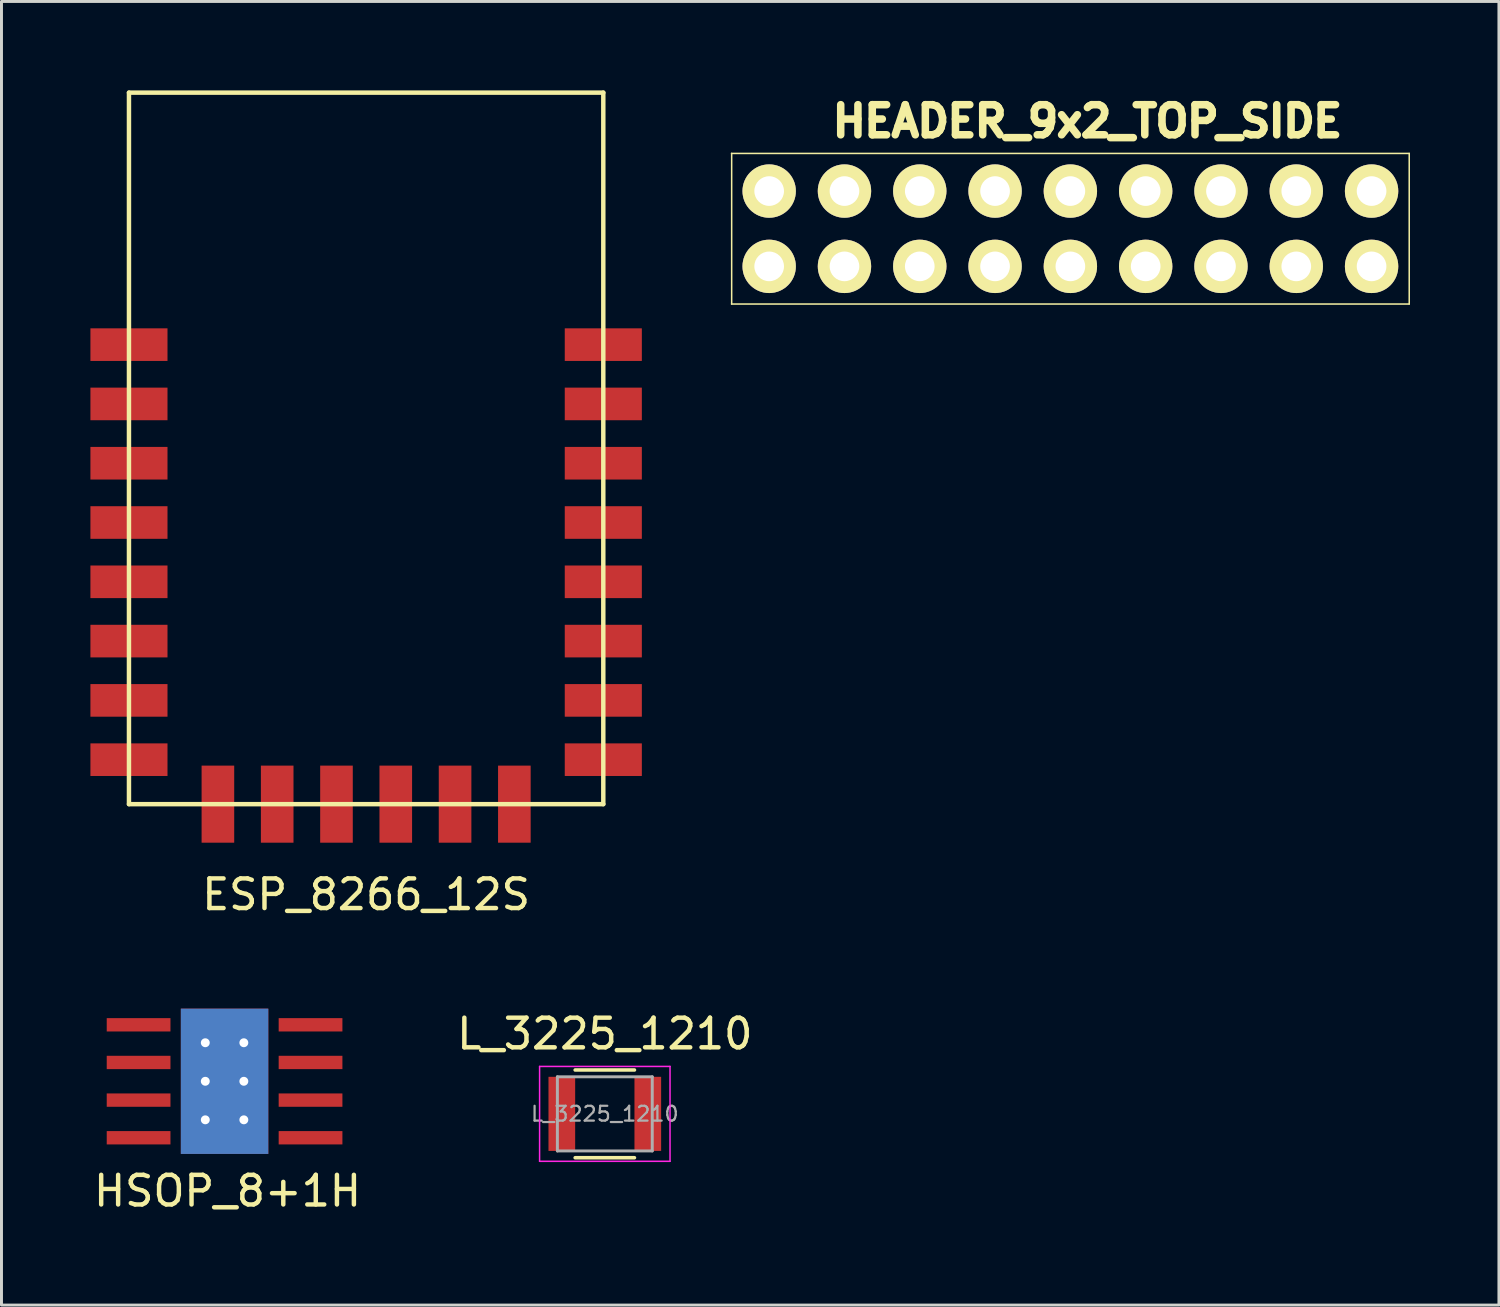
<source format=kicad_pcb>
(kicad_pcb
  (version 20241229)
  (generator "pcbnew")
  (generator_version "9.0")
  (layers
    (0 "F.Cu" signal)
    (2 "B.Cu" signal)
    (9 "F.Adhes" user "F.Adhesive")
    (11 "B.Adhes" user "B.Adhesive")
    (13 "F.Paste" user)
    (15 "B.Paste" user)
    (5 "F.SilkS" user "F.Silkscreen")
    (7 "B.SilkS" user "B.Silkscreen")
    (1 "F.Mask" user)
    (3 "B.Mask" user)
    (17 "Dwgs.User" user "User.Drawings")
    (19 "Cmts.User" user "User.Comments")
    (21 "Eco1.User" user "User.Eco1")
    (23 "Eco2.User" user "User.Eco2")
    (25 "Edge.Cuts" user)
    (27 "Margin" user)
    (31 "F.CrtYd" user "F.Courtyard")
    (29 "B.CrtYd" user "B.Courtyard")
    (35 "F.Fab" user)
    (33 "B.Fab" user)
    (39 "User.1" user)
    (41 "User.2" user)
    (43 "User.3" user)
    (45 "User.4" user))
  (footprint "ESP_8266_12S"
    (layer "F.Cu")
    (at 9.3 12.075)
    (property "Reference" "ESP_8266_12S" (at 0 15.05 0) (layer "F.SilkS") (effects (font (size 1 1) (thickness 0.15))))
    (attr through_hole)
    (fp_line (start -8 -12) (end -8 12) (stroke (width 0.15) (type solid)) (layer "F.SilkS"))
    (fp_line (start -8 -12) (end 8 -12) (stroke (width 0.15) (type solid)) (layer "F.SilkS"))
    (fp_line (start -8 12) (end 8 12) (stroke (width 0.15) (type solid)) (layer "F.SilkS"))
    (fp_line (start 8 -12) (end 8 12) (stroke (width 0.15) (type solid)) (layer "F.SilkS"))
    (pad "1" smd rect (at -8 -3.5) (size 2.6 1.1) (layers "F.Cu" "F.Mask" "F.Paste"))
    (pad "2" smd rect (at -8 -1.5) (size 2.6 1.1) (layers "F.Cu" "F.Mask" "F.Paste"))
    (pad "3" smd rect (at -8 0.5) (size 2.6 1.1) (layers "F.Cu" "F.Mask" "F.Paste"))
    (pad "4" smd rect (at -8 2.5) (size 2.6 1.1) (layers "F.Cu" "F.Mask" "F.Paste"))
    (pad "5" smd rect (at -8 4.5) (size 2.6 1.1) (layers "F.Cu" "F.Mask" "F.Paste"))
    (pad "6" smd rect (at -8 6.5) (size 2.6 1.1) (layers "F.Cu" "F.Mask" "F.Paste"))
    (pad "7" smd rect (at -8 8.5) (size 2.6 1.1) (layers "F.Cu" "F.Mask" "F.Paste"))
    (pad "8" smd rect (at -8 10.5) (size 2.6 1.1) (layers "F.Cu" "F.Mask" "F.Paste"))
    (pad "9" smd rect (at -5 12) (size 1.1 2.6) (layers "F.Cu" "F.Mask" "F.Paste"))
    (pad "10" smd rect (at -3 12) (size 1.1 2.6) (layers "F.Cu" "F.Mask" "F.Paste"))
    (pad "11" smd rect (at -1 12) (size 1.1 2.6) (layers "F.Cu" "F.Mask" "F.Paste"))
    (pad "12" smd rect (at 1 12) (size 1.1 2.6) (layers "F.Cu" "F.Mask" "F.Paste"))
    (pad "13" smd rect (at 3 12) (size 1.1 2.6) (layers "F.Cu" "F.Mask" "F.Paste"))
    (pad "14" smd rect (at 5 12) (size 1.1 2.6) (layers "F.Cu" "F.Mask" "F.Paste"))
    (pad "15" smd rect (at 8 10.5) (size 2.6 1.1) (layers "F.Cu" "F.Mask" "F.Paste"))
    (pad "16" smd rect (at 8 8.5) (size 2.6 1.1) (layers "F.Cu" "F.Mask" "F.Paste"))
    (pad "17" smd rect (at 8 6.5) (size 2.6 1.1) (layers "F.Cu" "F.Mask" "F.Paste"))
    (pad "18" smd rect (at 8 4.5) (size 2.6 1.1) (layers "F.Cu" "F.Mask" "F.Paste"))
    (pad "19" smd rect (at 8 2.5) (size 2.6 1.1) (layers "F.Cu" "F.Mask" "F.Paste"))
    (pad "20" smd rect (at 8 0.5) (size 2.6 1.1) (layers "F.Cu" "F.Mask" "F.Paste"))
    (pad "21" smd rect (at 8 -1.5) (size 2.6 1.1) (layers "F.Cu" "F.Mask" "F.Paste"))
    (pad "22" smd rect (at 8 -3.5) (size 2.6 1.1) (layers "F.Cu" "F.Mask" "F.Paste")))
  (footprint "HEADER_9x2_TOP_SIDE"
    (layer "F.Cu")
    (at 33.055 4.665)
    (property "Reference" "HEADER_9x2_TOP_SIDE" (at 0.575 -3.625 0) (layer "F.SilkS") (effects (font (size 1.016 1.016) (thickness 0.254))))
    (attr through_hole)
    (fp_line (start -11.43 -2.54) (end 11.43 -2.54) (stroke (width 0.051) (type solid)) (layer "F.SilkS"))
    (fp_line (start -11.425 2.54) (end -11.425 -2.54) (stroke (width 0.051) (type solid)) (layer "F.SilkS"))
    (fp_line (start 11.43 -2.54) (end 11.43 2.54) (stroke (width 0.051) (type solid)) (layer "F.SilkS"))
    (fp_line (start 11.43 2.54) (end -11.43 2.54) (stroke (width 0.051) (type solid)) (layer "F.SilkS"))
    (pad "1" thru_hole circle (at -10.16 1.27) (size 1.8 1.8) (drill 1) (layers "F.Mask" "B.Cu" "F.SilkS"))
    (pad "2" thru_hole circle (at -7.62 1.27) (size 1.8 1.8) (drill 1) (layers "F.Mask" "B.Cu" "F.SilkS"))
    (pad "3" thru_hole circle (at -5.08 1.27) (size 1.8 1.8) (drill 1) (layers "F.Mask" "B.Cu" "F.SilkS"))
    (pad "4" thru_hole circle (at -2.54 1.27) (size 1.8 1.8) (drill 1) (layers "F.Mask" "B.Cu" "F.SilkS"))
    (pad "5" thru_hole circle (at 0 1.27) (size 1.8 1.8) (drill 1) (layers "F.Mask" "B.Cu" "F.SilkS"))
    (pad "6" thru_hole circle (at 2.54 1.27) (size 1.8 1.8) (drill 1) (layers "F.Mask" "B.Cu" "F.SilkS"))
    (pad "7" thru_hole circle (at 5.08 1.27) (size 1.8 1.8) (drill 1) (layers "F.Mask" "B.Cu" "F.SilkS"))
    (pad "8" thru_hole circle (at 7.62 1.27) (size 1.8 1.8) (drill 1) (layers "F.Mask" "B.Cu" "F.SilkS"))
    (pad "9" thru_hole circle (at 10.16 1.27) (size 1.8 1.8) (drill 1) (layers "F.Mask" "B.Cu" "F.SilkS"))
    (pad "10" thru_hole circle (at 10.16 -1.27) (size 1.8 1.8) (drill 1) (layers "F.Mask" "B.Cu" "F.SilkS"))
    (pad "11" thru_hole circle (at 7.62 -1.27) (size 1.8 1.8) (drill 1) (layers "F.Mask" "B.Cu" "F.SilkS"))
    (pad "12" thru_hole circle (at 5.08 -1.27) (size 1.8 1.8) (drill 1) (layers "F.Mask" "B.Cu" "F.SilkS"))
    (pad "13" thru_hole circle (at 2.54 -1.27) (size 1.8 1.8) (drill 1) (layers "F.Mask" "B.Cu" "F.SilkS"))
    (pad "14" thru_hole circle (at 0 -1.27) (size 1.8 1.8) (drill 1) (layers "F.Mask" "B.Cu" "F.SilkS"))
    (pad "15" thru_hole circle (at -2.54 -1.27) (size 1.8 1.8) (drill 1) (layers "F.Mask" "B.Cu" "F.SilkS"))
    (pad "16" thru_hole circle (at -5.08 -1.27) (size 1.8 1.8) (drill 1) (layers "F.Mask" "B.Cu" "F.SilkS"))
    (pad "17" thru_hole circle (at -7.62 -1.27) (size 1.8 1.8) (drill 1) (layers "F.Mask" "B.Cu" "F.SilkS"))
    (pad "18" thru_hole circle (at -10.16 -1.27) (size 1.8 1.8) (drill 1) (layers "F.Mask" "B.Cu" "F.SilkS")))
  (footprint "L_3225_1210"
    (layer "F.Cu")
    (at 17.351 34.522)
    (property "Reference" "L_3225_1210" (at 0 -2.7 0) (layer "F.SilkS") (effects (font (size 1 1) (thickness 0.15))))
    (attr smd)
    (fp_line (start -1 -1.48) (end 1 -1.48) (stroke (width 0.12) (type solid)) (layer "F.SilkS"))
    (fp_line (start 1 1.48) (end -1 1.48) (stroke (width 0.12) (type solid)) (layer "F.SilkS"))
    (fp_line (start -2.2 -1.6) (end -2.2 1.6) (stroke (width 0.05) (type solid)) (layer "F.CrtYd"))
    (fp_line (start -2.2 -1.6) (end 2.2 -1.6) (stroke (width 0.05) (type solid)) (layer "F.CrtYd"))
    (fp_line (start -2.2 1.6) (end 2.2 1.6) (stroke (width 0.05) (type solid)) (layer "F.CrtYd"))
    (fp_line (start 2.2 -1.6) (end 2.2 1.6) (stroke (width 0.05) (type solid)) (layer "F.CrtYd"))
    (fp_line (start -1.6 -1.25) (end 1.6 -1.25) (stroke (width 0.1) (type solid)) (layer "F.Fab"))
    (fp_line (start -1.6 1.25) (end -1.6 -1.25) (stroke (width 0.1) (type solid)) (layer "F.Fab"))
    (fp_line (start 1.6 -1.25) (end 1.6 1.25) (stroke (width 0.1) (type solid)) (layer "F.Fab"))
    (fp_line (start 1.6 1.25) (end -1.6 1.25) (stroke (width 0.1) (type solid)) (layer "F.Fab"))
    (fp_text user "${REFERENCE}" (at 0 0 0) (layer "F.Fab") (effects (font (size 0.5 0.5) (thickness 0.075))))
    (pad "1" smd rect (at -1.45 0) (size 0.9 2.5) (layers "F.Cu" "F.Mask" "F.Paste"))
    (pad "2" smd rect (at 1.45 0) (size 0.9 2.5) (layers "F.Cu" "F.Mask" "F.Paste")))
  (footprint "HSOP_8+1H"
    (layer "F.Cu")
    (at 4.525 33.423)
    (property "Reference" "HSOP_8+1H" (at 0.1 3.7 0) (layer "F.SilkS") (effects (font (size 1 1) (thickness 0.15))))
    (attr through_hole)
    (pad "1" smd rect (at -2.9 -1.905) (size 2.15 0.45) (layers "F.Cu" "F.Mask" "F.Paste"))
    (pad "2" smd rect (at -2.9 -0.635) (size 2.15 0.45) (layers "F.Cu" "F.Mask" "F.Paste"))
    (pad "3" smd rect (at -2.9 0.635) (size 2.15 0.45) (layers "F.Cu" "F.Mask" "F.Paste"))
    (pad "4" smd rect (at -2.9 1.905) (size 2.15 0.45) (layers "F.Cu" "F.Mask" "F.Paste"))
    (pad "5" smd rect (at 2.9 1.905) (size 2.15 0.45) (layers "F.Cu" "F.Mask" "F.Paste"))
    (pad "6" smd rect (at 2.9 0.635) (size 2.15 0.45) (layers "F.Cu" "F.Mask" "F.Paste"))
    (pad "7" smd rect (at 2.9 -0.635) (size 2.15 0.45) (layers "F.Cu" "F.Mask" "F.Paste"))
    (pad "8" smd rect (at 2.9 -1.905) (size 2.15 0.45) (layers "F.Cu" "F.Mask" "F.Paste"))
    (pad "9" thru_hole circle (at -0.65 -1.3) (size 0.3 0.3) (drill 0.3) (layers "*.Cu" "*.Mask"))
    (pad "9" thru_hole circle (at -0.65 0) (size 0.3 0.3) (drill 0.3) (layers "*.Cu" "*.Mask"))
    (pad "9" thru_hole circle (at -0.65 1.3) (size 0.3 0.3) (drill 0.3) (layers "*.Cu" "*.Mask"))
    (pad "9" smd rect (at 0 0) (size 2.4 3.1) (layers "F.Cu" "F.Mask" "F.Paste"))
    (pad "9" smd rect (at 0 0) (size 2.4 3.1) (layers "B.Cu" "B.Mask" "B.Paste"))
    (pad "9" smd rect (at 0 0) (size 2.95 4.9) (layers "F.Cu"))
    (pad "9" smd rect (at 0 0) (size 2.95 4.9) (layers "B.Cu"))
    (pad "9" thru_hole circle (at 0.65 -1.3) (size 0.3 0.3) (drill 0.3) (layers "*.Cu" "*.Mask"))
    (pad "9" thru_hole circle (at 0.65 0) (size 0.3 0.3) (drill 0.3) (layers "*.Cu" "*.Mask"))
    (pad "9" thru_hole circle (at 0.65 1.3) (size 0.3 0.3) (drill 0.3) (layers "*.Cu" "*.Mask")))
  (gr_rect
    (start -3 -3)
    (end 47.511 40.971)
    (stroke (width 0.1) (type default))
    (fill no)
    (layer "Edge.Cuts")))
</source>
